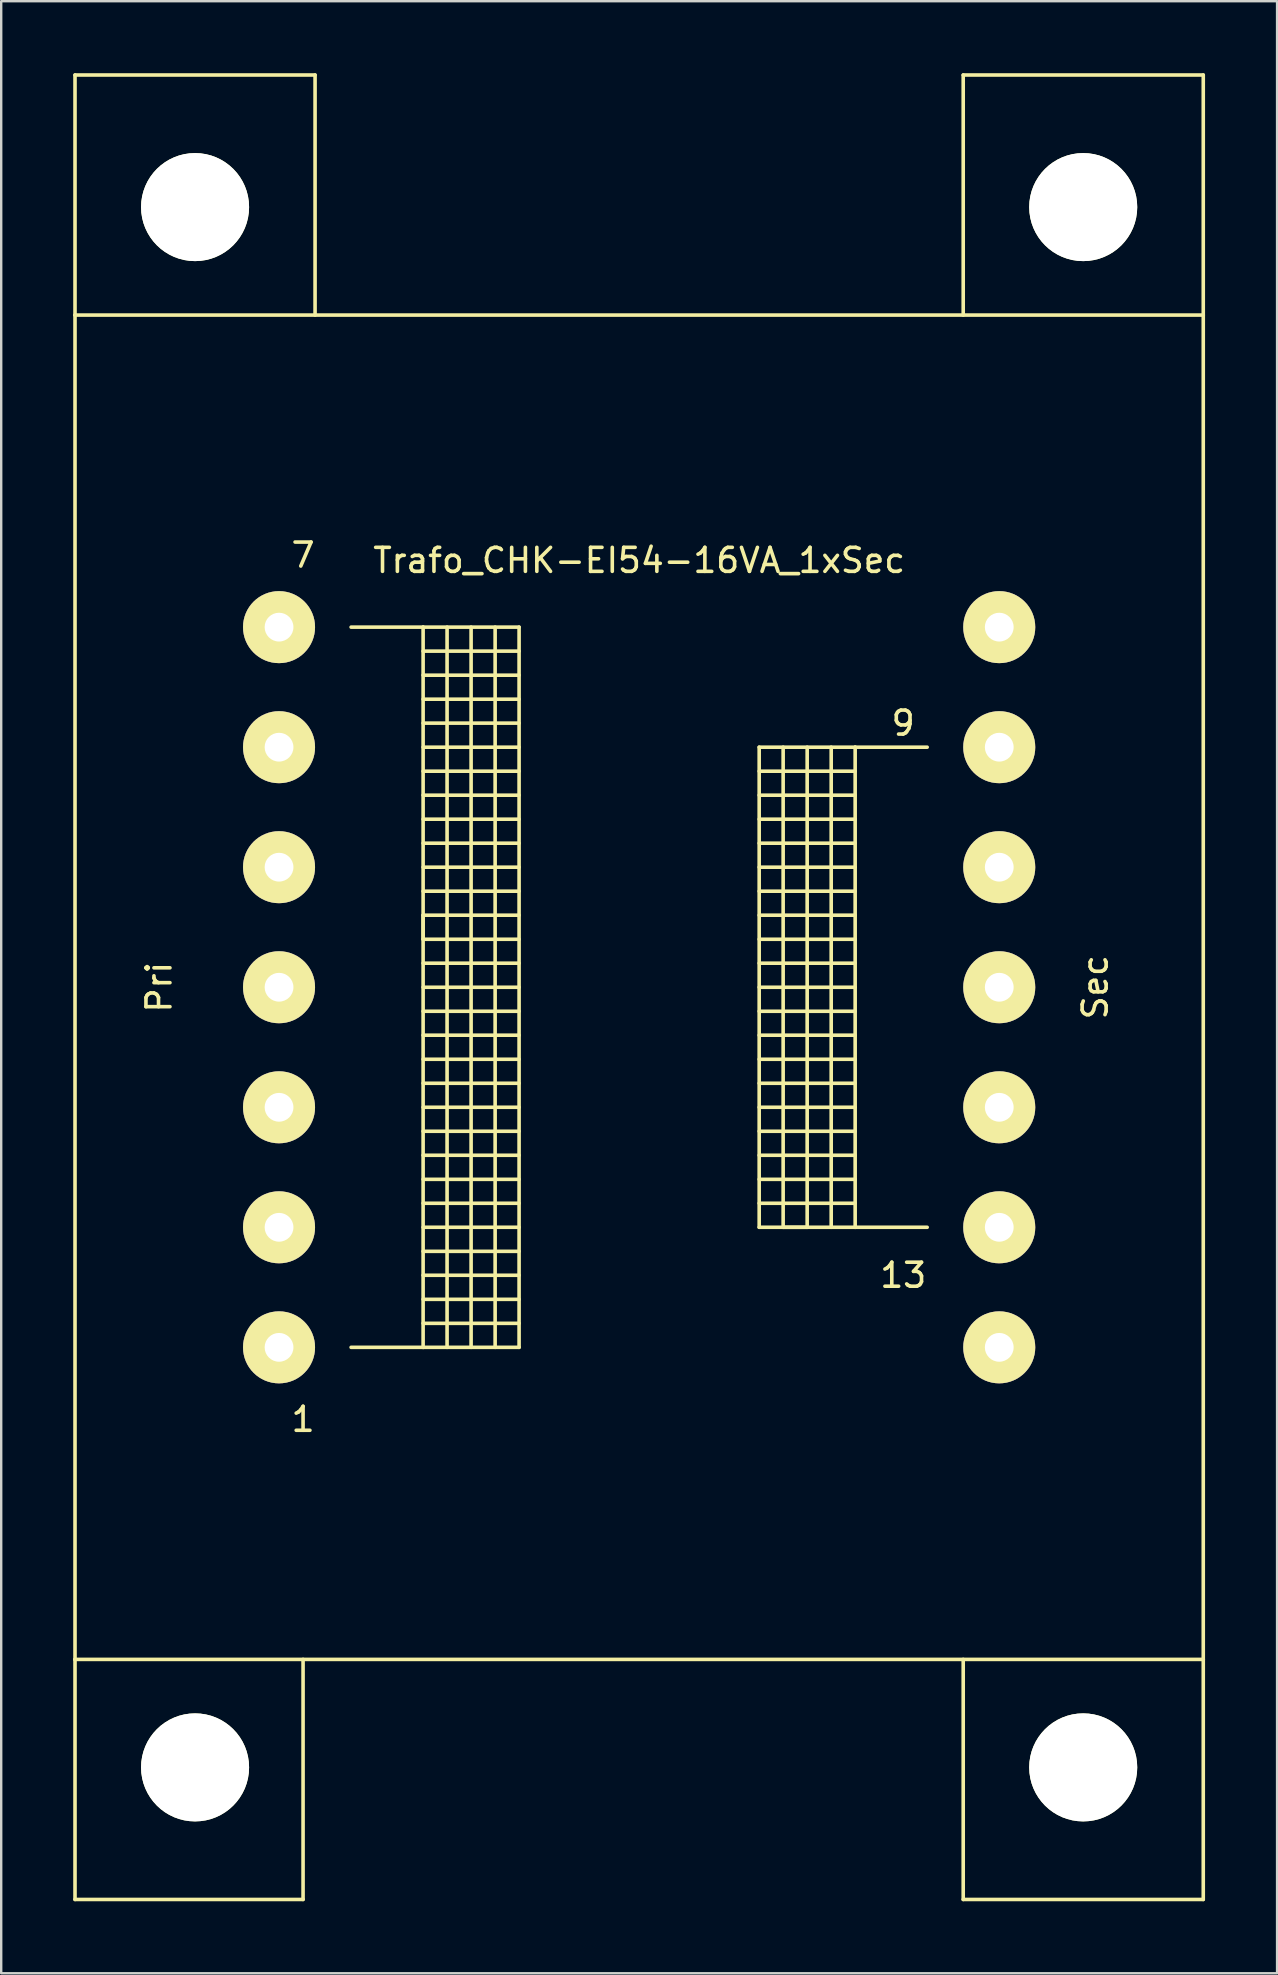
<source format=kicad_pcb>
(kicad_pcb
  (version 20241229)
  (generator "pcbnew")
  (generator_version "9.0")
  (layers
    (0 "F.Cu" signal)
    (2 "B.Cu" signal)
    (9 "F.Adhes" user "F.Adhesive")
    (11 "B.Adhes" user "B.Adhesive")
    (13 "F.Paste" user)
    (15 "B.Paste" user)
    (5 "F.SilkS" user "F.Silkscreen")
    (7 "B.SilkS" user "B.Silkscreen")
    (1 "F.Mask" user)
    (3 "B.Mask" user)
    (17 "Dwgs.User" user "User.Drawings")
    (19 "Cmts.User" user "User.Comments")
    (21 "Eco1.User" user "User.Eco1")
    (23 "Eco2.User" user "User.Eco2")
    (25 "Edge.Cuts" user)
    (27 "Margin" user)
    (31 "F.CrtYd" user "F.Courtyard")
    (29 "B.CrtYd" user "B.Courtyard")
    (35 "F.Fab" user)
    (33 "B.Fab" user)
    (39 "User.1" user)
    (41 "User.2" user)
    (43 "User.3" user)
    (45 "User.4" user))
  (footprint "Trafo_CHK-EI54-16VA_1xSec"
    (layer "F.Cu")
    (at 23.575 38.076)
    (property "Reference" "Trafo_CHK-EI54-16VA_1xSec" (at 0 -17.78 0) (layer "F.SilkS") (effects (font (size 1 1) (thickness 0.15))))
    (attr through_hole)
    (fp_line (start -23.5 -38.001) (end -13.5 -38.001) (stroke (width 0.15) (type solid)) (layer "F.SilkS"))
    (fp_line (start -23.5 -28.001) (end -23.5 -38.001) (stroke (width 0.15) (type solid)) (layer "F.SilkS"))
    (fp_line (start -23.5 -28.001) (end -23.5 28.001) (stroke (width 0.15) (type solid)) (layer "F.SilkS"))
    (fp_line (start -23.5 28.001) (end -23.5 38.001) (stroke (width 0.15) (type solid)) (layer "F.SilkS"))
    (fp_line (start -23.5 28.001) (end 23.5 28.001) (stroke (width 0.15) (type solid)) (layer "F.SilkS"))
    (fp_line (start -23.5 38.001) (end -14 38.001) (stroke (width 0.15) (type solid)) (layer "F.SilkS"))
    (fp_line (start -14 38.001) (end -14 28.001) (stroke (width 0.15) (type solid)) (layer "F.SilkS"))
    (fp_line (start -13.5 -38.001) (end -13.5 -28.001) (stroke (width 0.15) (type solid)) (layer "F.SilkS"))
    (fp_line (start -11.999 -15.001) (end -8.999 -15.001) (stroke (width 0.15) (type solid)) (layer "F.SilkS"))
    (fp_line (start -8.999 -15.001) (end -8.999 15.001) (stroke (width 0.15) (type solid)) (layer "F.SilkS"))
    (fp_line (start -8.999 -15.001) (end -5.001 -15.001) (stroke (width 0.15) (type solid)) (layer "F.SilkS"))
    (fp_line (start -8.999 -14) (end -5.001 -14) (stroke (width 0.15) (type solid)) (layer "F.SilkS"))
    (fp_line (start -8.999 -11.999) (end -5.001 -11.999) (stroke (width 0.15) (type solid)) (layer "F.SilkS"))
    (fp_line (start -8.999 -10) (end -5.001 -10) (stroke (width 0.15) (type solid)) (layer "F.SilkS"))
    (fp_line (start -8.999 -8.001) (end -5.001 -8.001) (stroke (width 0.15) (type solid)) (layer "F.SilkS"))
    (fp_line (start -8.999 -5.999) (end -5.001 -5.999) (stroke (width 0.15) (type solid)) (layer "F.SilkS"))
    (fp_line (start -8.999 -4) (end -5.001 -4) (stroke (width 0.15) (type solid)) (layer "F.SilkS"))
    (fp_line (start -8.999 -3) (end -8.999 -1.999) (stroke (width 0.15) (type solid)) (layer "F.SilkS"))
    (fp_line (start -8.999 -1.999) (end -5.001 -1.999) (stroke (width 0.15) (type solid)) (layer "F.SilkS"))
    (fp_line (start -8.999 0) (end -5.001 0) (stroke (width 0.15) (type solid)) (layer "F.SilkS"))
    (fp_line (start -8.999 1.999) (end -5.001 1.999) (stroke (width 0.15) (type solid)) (layer "F.SilkS"))
    (fp_line (start -8.999 4) (end -5.001 4) (stroke (width 0.15) (type solid)) (layer "F.SilkS"))
    (fp_line (start -8.999 5.999) (end -5.001 5.999) (stroke (width 0.15) (type solid)) (layer "F.SilkS"))
    (fp_line (start -8.999 8.001) (end -5.001 8.001) (stroke (width 0.15) (type solid)) (layer "F.SilkS"))
    (fp_line (start -8.999 10) (end -5.001 10) (stroke (width 0.15) (type solid)) (layer "F.SilkS"))
    (fp_line (start -8.999 11.999) (end -5.001 11.999) (stroke (width 0.15) (type solid)) (layer "F.SilkS"))
    (fp_line (start -8.999 14) (end -5.001 14) (stroke (width 0.15) (type solid)) (layer "F.SilkS"))
    (fp_line (start -8.999 15.001) (end -11.999 15.001) (stroke (width 0.15) (type solid)) (layer "F.SilkS"))
    (fp_line (start -8.001 15.001) (end -8.001 -15.001) (stroke (width 0.15) (type solid)) (layer "F.SilkS"))
    (fp_line (start -7 -15.001) (end -7 15.001) (stroke (width 0.15) (type solid)) (layer "F.SilkS"))
    (fp_line (start -5.999 15.001) (end -5.999 -15.001) (stroke (width 0.15) (type solid)) (layer "F.SilkS"))
    (fp_line (start -5.001 -15.001) (end -5.001 15.001) (stroke (width 0.15) (type solid)) (layer "F.SilkS"))
    (fp_line (start -5.001 -13) (end -8.999 -13) (stroke (width 0.15) (type solid)) (layer "F.SilkS"))
    (fp_line (start -5.001 -11.001) (end -8.999 -11.001) (stroke (width 0.15) (type solid)) (layer "F.SilkS"))
    (fp_line (start -5.001 -8.999) (end -8.999 -8.999) (stroke (width 0.15) (type solid)) (layer "F.SilkS"))
    (fp_line (start -5.001 -7) (end -8.999 -7) (stroke (width 0.15) (type solid)) (layer "F.SilkS"))
    (fp_line (start -5.001 -5.001) (end -8.999 -5.001) (stroke (width 0.15) (type solid)) (layer "F.SilkS"))
    (fp_line (start -5.001 -3) (end -8.999 -3) (stroke (width 0.15) (type solid)) (layer "F.SilkS"))
    (fp_line (start -5.001 -1.001) (end -8.999 -1.001) (stroke (width 0.15) (type solid)) (layer "F.SilkS"))
    (fp_line (start -5.001 1.001) (end -8.999 1.001) (stroke (width 0.15) (type solid)) (layer "F.SilkS"))
    (fp_line (start -5.001 3) (end -8.999 3) (stroke (width 0.15) (type solid)) (layer "F.SilkS"))
    (fp_line (start -5.001 5.001) (end -8.999 5.001) (stroke (width 0.15) (type solid)) (layer "F.SilkS"))
    (fp_line (start -5.001 7) (end -8.999 7) (stroke (width 0.15) (type solid)) (layer "F.SilkS"))
    (fp_line (start -5.001 8.999) (end -8.999 8.999) (stroke (width 0.15) (type solid)) (layer "F.SilkS"))
    (fp_line (start -5.001 11.001) (end -8.999 11.001) (stroke (width 0.15) (type solid)) (layer "F.SilkS"))
    (fp_line (start -5.001 13) (end -8.999 13) (stroke (width 0.15) (type solid)) (layer "F.SilkS"))
    (fp_line (start -5.001 15.001) (end -8.999 15.001) (stroke (width 0.15) (type solid)) (layer "F.SilkS"))
    (fp_line (start 5.001 -10) (end 5.001 10) (stroke (width 0.15) (type solid)) (layer "F.SilkS"))
    (fp_line (start 5.001 -8.999) (end 8.999 -8.999) (stroke (width 0.15) (type solid)) (layer "F.SilkS"))
    (fp_line (start 5.001 -7) (end 8.999 -7) (stroke (width 0.15) (type solid)) (layer "F.SilkS"))
    (fp_line (start 5.001 -5.001) (end 8.999 -5.001) (stroke (width 0.15) (type solid)) (layer "F.SilkS"))
    (fp_line (start 5.001 -3) (end 8.999 -3) (stroke (width 0.15) (type solid)) (layer "F.SilkS"))
    (fp_line (start 5.001 -1.001) (end 8.999 -1.001) (stroke (width 0.15) (type solid)) (layer "F.SilkS"))
    (fp_line (start 5.001 1.001) (end 8.999 1.001) (stroke (width 0.15) (type solid)) (layer "F.SilkS"))
    (fp_line (start 5.001 3) (end 8.999 3) (stroke (width 0.15) (type solid)) (layer "F.SilkS"))
    (fp_line (start 5.001 5.001) (end 8.999 5.001) (stroke (width 0.15) (type solid)) (layer "F.SilkS"))
    (fp_line (start 5.001 7) (end 8.999 7) (stroke (width 0.15) (type solid)) (layer "F.SilkS"))
    (fp_line (start 5.001 8.999) (end 8.999 8.999) (stroke (width 0.15) (type solid)) (layer "F.SilkS"))
    (fp_line (start 5.001 10) (end 8.999 10) (stroke (width 0.15) (type solid)) (layer "F.SilkS"))
    (fp_line (start 5.999 10) (end 5.999 -10) (stroke (width 0.15) (type solid)) (layer "F.SilkS"))
    (fp_line (start 7 -10) (end 7 10) (stroke (width 0.15) (type solid)) (layer "F.SilkS"))
    (fp_line (start 7 10) (end 5.999 10) (stroke (width 0.15) (type solid)) (layer "F.SilkS"))
    (fp_line (start 8.001 10) (end 8.001 -10) (stroke (width 0.15) (type solid)) (layer "F.SilkS"))
    (fp_line (start 8.999 -10) (end 5.001 -10) (stroke (width 0.15) (type solid)) (layer "F.SilkS"))
    (fp_line (start 8.999 -10) (end 8.999 10) (stroke (width 0.15) (type solid)) (layer "F.SilkS"))
    (fp_line (start 8.999 -8.001) (end 5.001 -8.001) (stroke (width 0.15) (type solid)) (layer "F.SilkS"))
    (fp_line (start 8.999 -5.999) (end 5.001 -5.999) (stroke (width 0.15) (type solid)) (layer "F.SilkS"))
    (fp_line (start 8.999 -4) (end 5.001 -4) (stroke (width 0.15) (type solid)) (layer "F.SilkS"))
    (fp_line (start 8.999 -1.999) (end 5.001 -1.999) (stroke (width 0.15) (type solid)) (layer "F.SilkS"))
    (fp_line (start 8.999 0) (end 5.001 0) (stroke (width 0.15) (type solid)) (layer "F.SilkS"))
    (fp_line (start 8.999 1.999) (end 5.001 1.999) (stroke (width 0.15) (type solid)) (layer "F.SilkS"))
    (fp_line (start 8.999 4) (end 5.001 4) (stroke (width 0.15) (type solid)) (layer "F.SilkS"))
    (fp_line (start 8.999 5.999) (end 5.001 5.999) (stroke (width 0.15) (type solid)) (layer "F.SilkS"))
    (fp_line (start 8.999 8.001) (end 5.001 8.001) (stroke (width 0.15) (type solid)) (layer "F.SilkS"))
    (fp_line (start 8.999 10) (end 11.999 10) (stroke (width 0.15) (type solid)) (layer "F.SilkS"))
    (fp_line (start 11.999 -10) (end 8.999 -10) (stroke (width 0.15) (type solid)) (layer "F.SilkS"))
    (fp_line (start 13.5 -38.001) (end 13.5 -28.001) (stroke (width 0.15) (type solid)) (layer "F.SilkS"))
    (fp_line (start 13.5 38.001) (end 13.5 28.001) (stroke (width 0.15) (type solid)) (layer "F.SilkS"))
    (fp_line (start 23.5 -38.001) (end 13.5 -38.001) (stroke (width 0.15) (type solid)) (layer "F.SilkS"))
    (fp_line (start 23.5 -28.001) (end -23.5 -28.001) (stroke (width 0.15) (type solid)) (layer "F.SilkS"))
    (fp_line (start 23.5 -28.001) (end 23.5 -38.001) (stroke (width 0.15) (type solid)) (layer "F.SilkS"))
    (fp_line (start 23.5 28.001) (end 23.5 -28.001) (stroke (width 0.15) (type solid)) (layer "F.SilkS"))
    (fp_line (start 23.5 28.001) (end 23.5 38.001) (stroke (width 0.15) (type solid)) (layer "F.SilkS"))
    (fp_line (start 23.5 38.001) (end 13.5 38.001) (stroke (width 0.15) (type solid)) (layer "F.SilkS"))
    (fp_text user "7" (at -14 -18.001 0) (layer "F.SilkS") (effects (font (size 1 1) (thickness 0.15))))
    (fp_text user "Pri" (at -20 0 90) (layer "F.SilkS") (effects (font (size 1 1) (thickness 0.15))))
    (fp_text user "13" (at 11.001 11.999 0) (layer "F.SilkS") (effects (font (size 1 1) (thickness 0.15))))
    (fp_text user "Sec" (at 18.999 0 90) (layer "F.SilkS") (effects (font (size 1 1) (thickness 0.15))))
    (fp_text user "9" (at 10.998 -11.001 0) (layer "F.SilkS") (effects (font (size 1 1) (thickness 0.15))))
    (fp_text user "1" (at -14 18.001 0) (layer "F.SilkS") (effects (font (size 1 1) (thickness 0.15))))
    (pad "" np_thru_hole circle (at -18.499 -32.499) (size 4.501 4.501) (drill 4.501) (layers "*.Cu" "*.Mask" "F.SilkS"))
    (pad "" np_thru_hole circle (at -18.499 32.499) (size 4.501 4.501) (drill 4.501) (layers "*.Cu" "*.Mask" "F.SilkS"))
    (pad "" np_thru_hole circle (at 18.499 -32.499) (size 4.501 4.501) (drill 4.501) (layers "*.Cu" "*.Mask" "F.SilkS"))
    (pad "" np_thru_hole circle (at 18.499 32.499) (size 4.501 4.501) (drill 4.501) (layers "*.Cu" "*.Mask" "F.SilkS"))
    (pad "1" thru_hole circle (at -15.001 15.001) (size 3 3) (drill 1.199) (layers "*.Cu" "*.Mask" "F.SilkS"))
    (pad "2" thru_hole circle (at -15.001 10) (size 3 3) (drill 1.199) (layers "*.Cu" "*.Mask" "F.SilkS"))
    (pad "3" thru_hole circle (at -15.001 5.001) (size 3 3) (drill 1.199) (layers "*.Cu" "*.Mask" "F.SilkS"))
    (pad "4" thru_hole circle (at -15.001 0) (size 3 3) (drill 1.199) (layers "*.Cu" "*.Mask" "F.SilkS"))
    (pad "5" thru_hole circle (at -15.001 -5.001) (size 3 3) (drill 1.199) (layers "*.Cu" "*.Mask" "F.SilkS"))
    (pad "6" thru_hole circle (at -15.001 -10) (size 3 3) (drill 1.199) (layers "*.Cu" "*.Mask" "F.SilkS"))
    (pad "7" thru_hole circle (at -15.001 -15.001) (size 3 3) (drill 1.199) (layers "*.Cu" "*.Mask" "F.SilkS"))
    (pad "8" thru_hole circle (at 15.001 -15.001) (size 3 3) (drill 1.199) (layers "*.Cu" "*.Mask" "F.SilkS"))
    (pad "9" thru_hole circle (at 15.001 -10) (size 3 3) (drill 1.199) (layers "*.Cu" "*.Mask" "F.SilkS"))
    (pad "10" thru_hole circle (at 15.001 -5.001) (size 3 3) (drill 1.199) (layers "*.Cu" "*.Mask" "F.SilkS"))
    (pad "11" thru_hole circle (at 15.001 0) (size 3 3) (drill 1.199) (layers "*.Cu" "*.Mask" "F.SilkS"))
    (pad "12" thru_hole circle (at 15.001 5.001) (size 3 3) (drill 1.199) (layers "*.Cu" "*.Mask" "F.SilkS"))
    (pad "13" thru_hole circle (at 15.001 10) (size 3 3) (drill 1.199) (layers "*.Cu" "*.Mask" "F.SilkS"))
    (pad "14" thru_hole circle (at 15.001 15.001) (size 3 3) (drill 1.199) (layers "*.Cu" "*.Mask" "F.SilkS")))
  (gr_rect
    (start -3 -3)
    (end 50.15 79.152)
    (stroke (width 0.1) (type default))
    (fill no)
    (layer "Edge.Cuts")))
</source>
